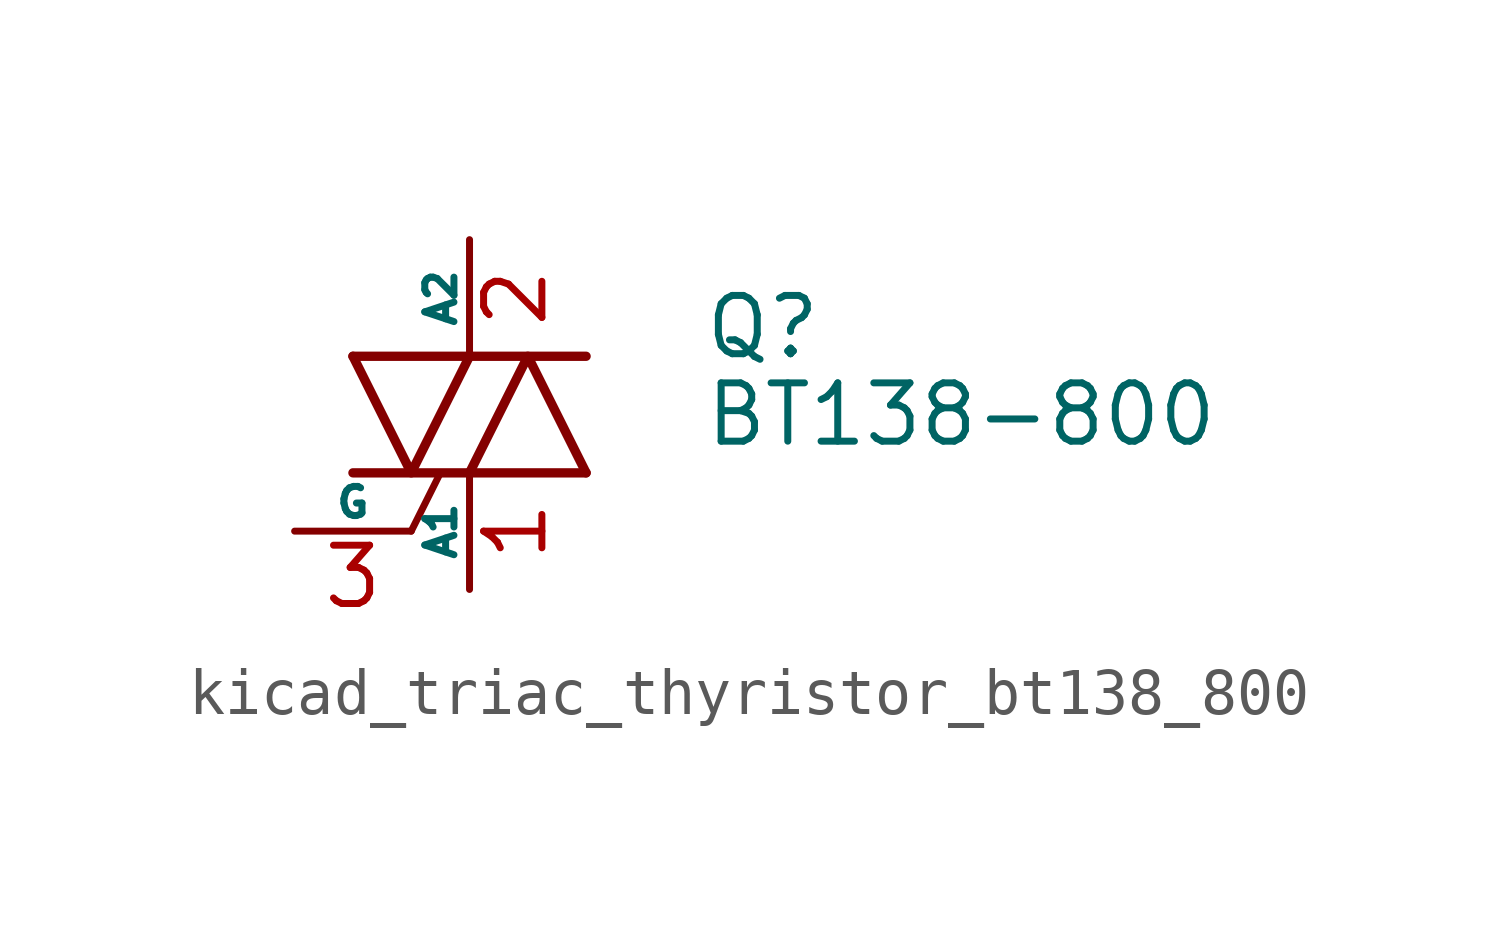
<source format=kicad_sym>
(kicad_symbol_lib
  (version 20220914)
  (generator kicad_symbol_editor)
  (symbol "kicad_triac_thyristor_bt138_800"
    (pin_names
      (offset 0))
    (property "Reference" "Q"
      (at 5.08 1.905 0)
      (effects (font (size 1.27 1.27)) (justify left)))
    (property "Value" "BT138-800"
      (at 5.08 0 0)
      (effects (font (size 1.27 1.27)) (justify left)))
    (symbol "kicad_triac_thyristor_bt138_800_0_1"
      (polyline (pts (xy -2.54 -1.27) (xy 2.54 -1.27)) (stroke (width 0.203) (type default)) (fill (type none)))
      (polyline (pts (xy -2.54 1.27) (xy 2.54 1.27)) (stroke (width 0.203) (type default)) (fill (type none)))
      (polyline (pts (xy -1.27 -2.54) (xy -0.635 -1.27)) (stroke (width 0) (type default)) (fill (type none)))
      (polyline (pts (xy -2.54 1.27) (xy -1.27 -1.27) (xy 0 1.27)) (stroke (width 0.203) (type default)) (fill (type none)))
      (polyline (pts (xy 0 -1.27) (xy 1.27 1.27) (xy 2.54 -1.27)) (stroke (width 0.203) (type default)) (fill (type none))))
    (symbol "kicad_triac_thyristor_bt138_800_1_1"
      (pin passive line (at 0 -3.81 90) (length 2.54) (name "A1" (effects (font (size 0.635 0.635)))) (number "1" (effects (font (size 1.27 1.27)))))
      (pin passive line (at 0 3.81 270) (length 2.54) (name "A2" (effects (font (size 0.635 0.635)))) (number "2" (effects (font (size 1.27 1.27)))))
      (pin input line (at -3.81 -2.54 0) (length 2.54) (name "G" (effects (font (size 0.635 0.635)))) (number "3" (effects (font (size 1.27 1.27))))))))
</source>
